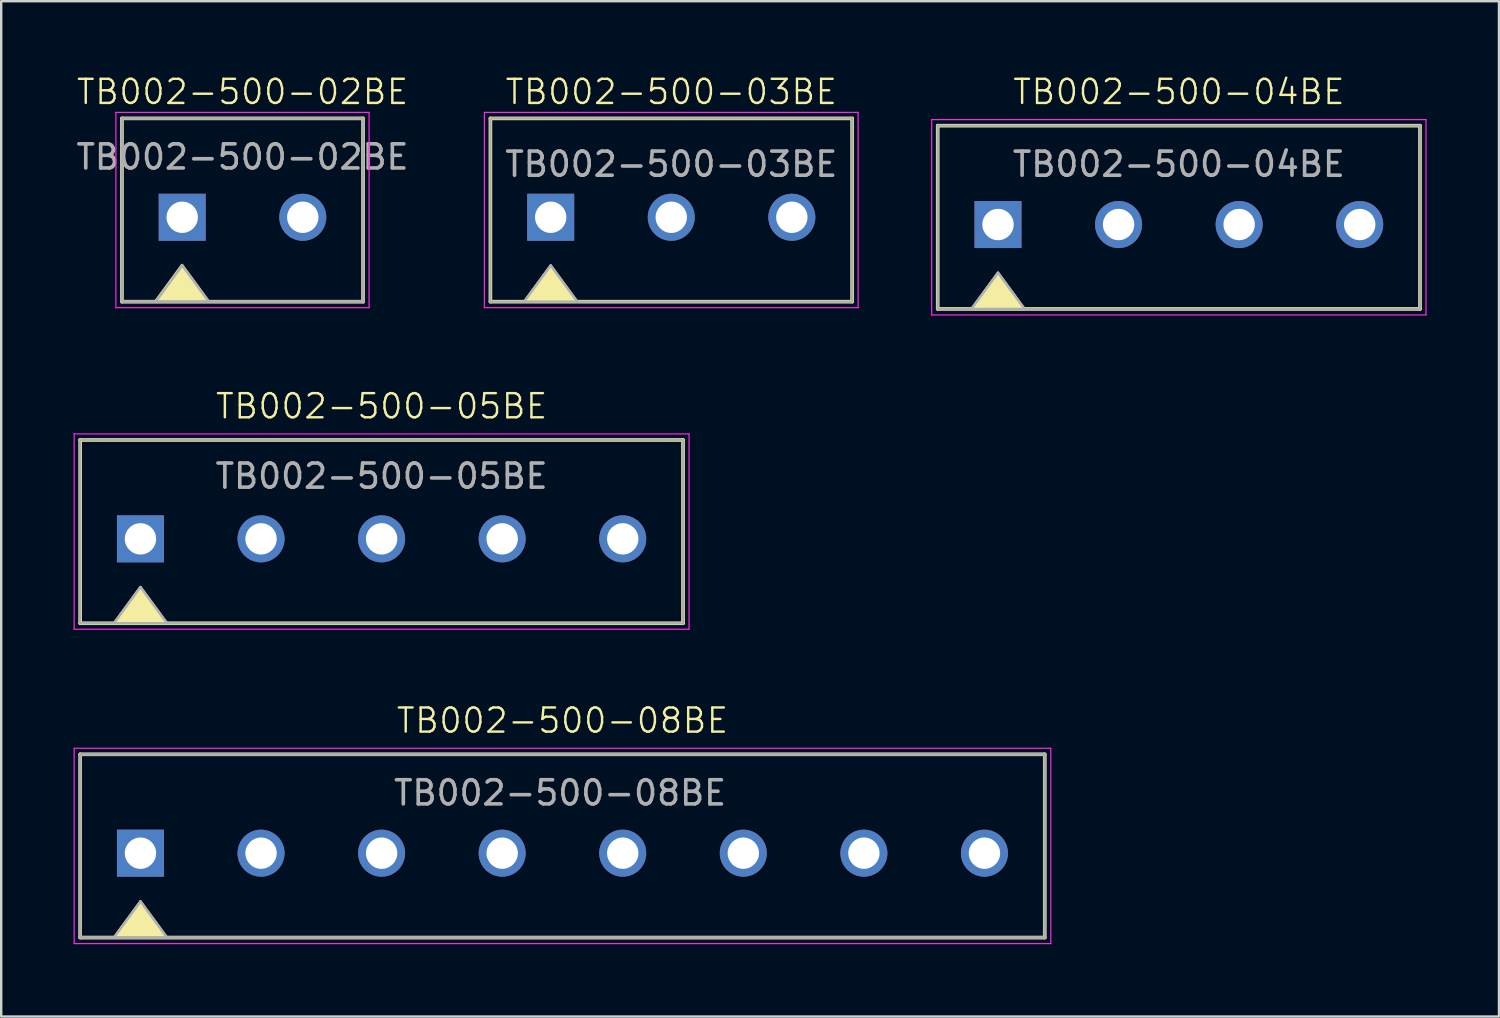
<source format=kicad_pcb>
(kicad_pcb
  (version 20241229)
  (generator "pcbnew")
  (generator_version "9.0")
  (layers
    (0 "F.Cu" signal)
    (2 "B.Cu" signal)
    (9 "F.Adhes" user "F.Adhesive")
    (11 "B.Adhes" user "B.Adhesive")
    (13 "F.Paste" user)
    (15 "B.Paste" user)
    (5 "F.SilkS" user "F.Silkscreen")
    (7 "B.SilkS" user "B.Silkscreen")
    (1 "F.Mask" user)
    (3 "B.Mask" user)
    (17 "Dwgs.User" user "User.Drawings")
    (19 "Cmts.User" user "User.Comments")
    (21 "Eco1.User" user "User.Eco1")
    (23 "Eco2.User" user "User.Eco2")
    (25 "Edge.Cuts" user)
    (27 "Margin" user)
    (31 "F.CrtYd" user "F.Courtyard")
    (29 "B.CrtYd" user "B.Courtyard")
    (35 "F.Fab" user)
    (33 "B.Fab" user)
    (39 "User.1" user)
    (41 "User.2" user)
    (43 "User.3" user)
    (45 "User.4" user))
  (footprint "TB002-500-08BE"
    (layer "F.Cu")
    (at 20.275 32.331)
    (property "Reference" "TB002-500-08BE" (at 0 -5.5 0) (unlocked yes) (layer "F.SilkS") (effects (font (size 1 1) (thickness 0.1))))
    (attr through_hole)
    (fp_line (start -20 -4.1) (end 20 -4.1) (stroke (width 0.15) (type solid)) (layer "F.SilkS"))
    (fp_line (start -20 3.5) (end -20 -4.1) (stroke (width 0.15) (type solid)) (layer "F.SilkS"))
    (fp_line (start 20 -4.1) (end 20 3.5) (stroke (width 0.15) (type solid)) (layer "F.SilkS"))
    (fp_line (start 20 3.5) (end -20 3.5) (stroke (width 0.15) (type solid)) (layer "F.SilkS"))
    (fp_poly (pts (xy -17.5 2) (xy -16.4 3.5) (xy -18.6 3.5)) (stroke (width 0.1) (type solid)) (fill yes) (layer "F.SilkS"))
    (fp_line (start -20.25 -4.35) (end 20.25 -4.35) (stroke (width 0.05) (type solid)) (layer "F.CrtYd"))
    (fp_line (start -20.25 3.75) (end -20.25 -4.35) (stroke (width 0.05) (type solid)) (layer "F.CrtYd"))
    (fp_line (start 20.25 -4.35) (end 20.25 3.75) (stroke (width 0.05) (type solid)) (layer "F.CrtYd"))
    (fp_line (start 20.25 3.75) (end -20.25 3.75) (stroke (width 0.05) (type solid)) (layer "F.CrtYd"))
    (fp_line (start -20 -4.1) (end 20 -4.1) (stroke (width 0.127) (type solid)) (layer "F.Fab"))
    (fp_line (start -20 3.5) (end -20 -4.1) (stroke (width 0.127) (type solid)) (layer "F.Fab"))
    (fp_line (start -17.5 2) (end -18.6 3.5) (stroke (width 0.1) (type default)) (layer "F.Fab"))
    (fp_line (start -17.5 2) (end -16.4 3.5) (stroke (width 0.1) (type default)) (layer "F.Fab"))
    (fp_line (start 20 -4.1) (end 20 3.5) (stroke (width 0.127) (type solid)) (layer "F.Fab"))
    (fp_line (start 20 3.5) (end -20 3.5) (stroke (width 0.127) (type solid)) (layer "F.Fab"))
    (fp_text user "${REFERENCE}" (at -0.1 -2.5 0) (unlocked yes) (layer "F.Fab") (effects (font (size 1 1) (thickness 0.15))))
    (pad "1" thru_hole rect (at -17.5 0) (size 1.95 1.95) (drill 1.3) (layers "*.Cu" "*.Mask"))
    (pad "2" thru_hole circle (at -12.5 0) (size 1.95 1.95) (drill 1.3) (layers "*.Cu" "*.Mask"))
    (pad "3" thru_hole circle (at -7.5 0) (size 1.95 1.95) (drill 1.3) (layers "*.Cu" "*.Mask"))
    (pad "4" thru_hole circle (at -2.5 0) (size 1.95 1.95) (drill 1.3) (layers "*.Cu" "*.Mask"))
    (pad "5" thru_hole circle (at 2.5 0) (size 1.95 1.95) (drill 1.3) (layers "*.Cu" "*.Mask"))
    (pad "6" thru_hole circle (at 7.5 0) (size 1.95 1.95) (drill 1.3) (layers "*.Cu" "*.Mask"))
    (pad "7" thru_hole circle (at 12.5 0) (size 1.95 1.95) (drill 1.3) (layers "*.Cu" "*.Mask"))
    (pad "8" thru_hole circle (at 17.5 0) (size 1.95 1.95) (drill 1.3) (layers "*.Cu" "*.Mask")))
  (footprint "TB002-500-03BE"
    (layer "F.Cu")
    (at 24.787 5.96)
    (property "Reference" "TB002-500-03BE" (at 0 -5.2 0) (unlocked yes) (layer "F.SilkS") (effects (font (size 1 1) (thickness 0.1))))
    (attr through_hole)
    (fp_line (start -7.5 -4.1) (end 7.5 -4.1) (stroke (width 0.15) (type solid)) (layer "F.SilkS"))
    (fp_line (start -7.5 3.5) (end -7.5 -4.1) (stroke (width 0.15) (type solid)) (layer "F.SilkS"))
    (fp_line (start 7.5 -4.1) (end 7.5 3.5) (stroke (width 0.15) (type solid)) (layer "F.SilkS"))
    (fp_line (start 7.5 3.5) (end -7.5 3.5) (stroke (width 0.15) (type solid)) (layer "F.SilkS"))
    (fp_poly (pts (xy -5 2) (xy -3.9 3.5) (xy -6.1 3.5)) (stroke (width 0.1) (type solid)) (fill yes) (layer "F.SilkS"))
    (fp_line (start -7.75 -4.35) (end 7.75 -4.35) (stroke (width 0.05) (type solid)) (layer "F.CrtYd"))
    (fp_line (start -7.75 3.75) (end -7.75 -4.35) (stroke (width 0.05) (type solid)) (layer "F.CrtYd"))
    (fp_line (start 7.75 -4.35) (end 7.75 3.75) (stroke (width 0.05) (type solid)) (layer "F.CrtYd"))
    (fp_line (start 7.75 3.75) (end -7.75 3.75) (stroke (width 0.05) (type solid)) (layer "F.CrtYd"))
    (fp_line (start -7.5 -4.1) (end 7.5 -4.1) (stroke (width 0.1) (type solid)) (layer "F.Fab"))
    (fp_line (start -7.5 3.5) (end -7.5 -4.1) (stroke (width 0.1) (type solid)) (layer "F.Fab"))
    (fp_line (start -5 2) (end -6.1 3.5) (stroke (width 0.1) (type default)) (layer "F.Fab"))
    (fp_line (start -5 2) (end -3.9 3.5) (stroke (width 0.1) (type default)) (layer "F.Fab"))
    (fp_line (start 7.5 -4.1) (end 7.5 3.5) (stroke (width 0.1) (type solid)) (layer "F.Fab"))
    (fp_line (start 7.5 3.5) (end -7.5 3.5) (stroke (width 0.1) (type solid)) (layer "F.Fab"))
    (fp_text user "${REFERENCE}" (at 0 -2.2 0) (unlocked yes) (layer "F.Fab") (effects (font (size 1 1) (thickness 0.15))))
    (pad "1" thru_hole rect (at -5 0) (size 1.95 1.95) (drill 1.3) (layers "*.Cu" "*.Mask"))
    (pad "2" thru_hole circle (at 0 0) (size 1.95 1.95) (drill 1.3) (layers "*.Cu" "*.Mask"))
    (pad "3" thru_hole circle (at 5 0) (size 1.95 1.95) (drill 1.3) (layers "*.Cu" "*.Mask")))
  (footprint "TB002-500-02BE"
    (layer "F.Cu")
    (at 7.006 5.96)
    (property "Reference" "TB002-500-02BE" (at 0 -5.2 0) (unlocked yes) (layer "F.SilkS") (effects (font (size 1 1) (thickness 0.1))))
    (attr through_hole)
    (fp_line (start -5 -4.1) (end 5 -4.1) (stroke (width 0.15) (type solid)) (layer "F.SilkS"))
    (fp_line (start -5 3.5) (end -5 -4.1) (stroke (width 0.15) (type solid)) (layer "F.SilkS"))
    (fp_line (start 5 -4.1) (end 5 3.5) (stroke (width 0.15) (type solid)) (layer "F.SilkS"))
    (fp_line (start 5 3.5) (end -5 3.5) (stroke (width 0.15) (type solid)) (layer "F.SilkS"))
    (fp_poly (pts (xy -2.508 1.979) (xy -1.408 3.479) (xy -3.608 3.479)) (stroke (width 0.1) (type solid)) (fill yes) (layer "F.SilkS"))
    (fp_line (start -5.25 -4.35) (end 5.25 -4.35) (stroke (width 0.05) (type solid)) (layer "F.CrtYd"))
    (fp_line (start -5.25 3.75) (end -5.25 -4.35) (stroke (width 0.05) (type solid)) (layer "F.CrtYd"))
    (fp_line (start 5.25 -4.35) (end 5.25 3.75) (stroke (width 0.05) (type solid)) (layer "F.CrtYd"))
    (fp_line (start 5.25 3.75) (end -5.25 3.75) (stroke (width 0.05) (type solid)) (layer "F.CrtYd"))
    (fp_line (start -5 -4.1) (end 5 -4.1) (stroke (width 0.127) (type solid)) (layer "F.Fab"))
    (fp_line (start -5 3.5) (end -5 -4.1) (stroke (width 0.127) (type solid)) (layer "F.Fab"))
    (fp_line (start -2.5 2) (end -3.6 3.5) (stroke (width 0.1) (type default)) (layer "F.Fab"))
    (fp_line (start -2.5 2) (end -1.4 3.5) (stroke (width 0.1) (type default)) (layer "F.Fab"))
    (fp_line (start 5 -4.1) (end 5 3.5) (stroke (width 0.127) (type solid)) (layer "F.Fab"))
    (fp_line (start 5 3.5) (end -5 3.5) (stroke (width 0.127) (type solid)) (layer "F.Fab"))
    (fp_text user "${REFERENCE}" (at 0 -2.5 0) (unlocked yes) (layer "F.Fab") (effects (font (size 1 1) (thickness 0.15))))
    (pad "1" thru_hole rect (at -2.5 0) (size 1.95 1.95) (drill 1.3) (layers "*.Cu" "*.Mask"))
    (pad "2" thru_hole circle (at 2.5 0) (size 1.95 1.95) (drill 1.3) (layers "*.Cu" "*.Mask")))
  (footprint "TB002-500-05BE"
    (layer "F.Cu")
    (at 12.775 19.296)
    (property "Reference" "TB002-500-05BE" (at 0 -5.5 0) (unlocked yes) (layer "F.SilkS") (effects (font (size 1 1) (thickness 0.1))))
    (attr through_hole)
    (fp_line (start -12.5 -4.1) (end 12.5 -4.1) (stroke (width 0.15) (type solid)) (layer "F.SilkS"))
    (fp_line (start -12.5 3.5) (end -12.5 -4.1) (stroke (width 0.15) (type solid)) (layer "F.SilkS"))
    (fp_line (start 12.5 3.5) (end -12.5 3.5) (stroke (width 0.15) (type solid)) (layer "F.SilkS"))
    (fp_line (start 12.5 3.5) (end 12.5 -4.1) (stroke (width 0.15) (type solid)) (layer "F.SilkS"))
    (fp_poly (pts (xy -10 2) (xy -8.9 3.5) (xy -11.1 3.5)) (stroke (width 0.1) (type solid)) (fill yes) (layer "F.SilkS"))
    (fp_line (start -12.75 -4.35) (end 12.75 -4.35) (stroke (width 0.05) (type solid)) (layer "F.CrtYd"))
    (fp_line (start -12.75 3.75) (end -12.75 -4.35) (stroke (width 0.05) (type solid)) (layer "F.CrtYd"))
    (fp_line (start 12.75 3.75) (end -12.75 3.75) (stroke (width 0.05) (type solid)) (layer "F.CrtYd"))
    (fp_line (start 12.75 3.75) (end 12.75 -4.35) (stroke (width 0.05) (type solid)) (layer "F.CrtYd"))
    (fp_line (start -12.5 -4.1) (end 12.5 -4.1) (stroke (width 0.1) (type solid)) (layer "F.Fab"))
    (fp_line (start -12.5 3.5) (end -12.5 -4.1) (stroke (width 0.1) (type solid)) (layer "F.Fab"))
    (fp_line (start -10 2) (end -11.1 3.5) (stroke (width 0.1) (type default)) (layer "F.Fab"))
    (fp_line (start -10 2) (end -8.9 3.5) (stroke (width 0.1) (type default)) (layer "F.Fab"))
    (fp_line (start 12.5 3.5) (end -12.5 3.5) (stroke (width 0.1) (type solid)) (layer "F.Fab"))
    (fp_line (start 12.5 3.5) (end 12.5 -4.1) (stroke (width 0.1) (type solid)) (layer "F.Fab"))
    (fp_text user "${REFERENCE}" (at 0 -2.6 0) (unlocked yes) (layer "F.Fab") (effects (font (size 1 1) (thickness 0.15))))
    (pad "1" thru_hole rect (at -10 0) (size 1.95 1.95) (drill 1.3) (layers "*.Cu" "*.Mask"))
    (pad "2" thru_hole circle (at -5 0) (size 1.95 1.95) (drill 1.3) (layers "*.Cu" "*.Mask"))
    (pad "3" thru_hole circle (at 0 0) (size 1.95 1.95) (drill 1.3) (layers "*.Cu" "*.Mask"))
    (pad "4" thru_hole circle (at 5 0) (size 1.95 1.95) (drill 1.3) (layers "*.Cu" "*.Mask"))
    (pad "5" thru_hole circle (at 10 0) (size 1.95 1.95) (drill 1.3) (layers "*.Cu" "*.Mask")))
  (footprint "TB002-500-04BE"
    (layer "F.Cu")
    (at 45.837 6.261)
    (property "Reference" "TB002-500-04BE" (at 0 -5.5 0) (unlocked yes) (layer "F.SilkS") (effects (font (size 1 1) (thickness 0.1))))
    (attr through_hole)
    (fp_line (start -10 -4.1) (end 10 -4.1) (stroke (width 0.15) (type solid)) (layer "F.SilkS"))
    (fp_line (start -10 3.5) (end -10 -4.1) (stroke (width 0.15) (type solid)) (layer "F.SilkS"))
    (fp_line (start 10 3.5) (end -10 3.5) (stroke (width 0.15) (type solid)) (layer "F.SilkS"))
    (fp_line (start 10 3.5) (end 10 -4.1) (stroke (width 0.15) (type solid)) (layer "F.SilkS"))
    (fp_poly (pts (xy -7.5 2) (xy -6.4 3.5) (xy -8.6 3.5)) (stroke (width 0.1) (type solid)) (fill yes) (layer "F.SilkS"))
    (fp_line (start -10.25 -4.35) (end 10.25 -4.35) (stroke (width 0.05) (type solid)) (layer "F.CrtYd"))
    (fp_line (start -10.25 3.75) (end -10.25 -4.35) (stroke (width 0.05) (type solid)) (layer "F.CrtYd"))
    (fp_line (start 10.25 3.75) (end -10.25 3.75) (stroke (width 0.05) (type solid)) (layer "F.CrtYd"))
    (fp_line (start 10.25 3.75) (end 10.25 -4.35) (stroke (width 0.05) (type solid)) (layer "F.CrtYd"))
    (fp_line (start -10 -4.1) (end 10 -4.1) (stroke (width 0.1) (type solid)) (layer "F.Fab"))
    (fp_line (start -10 3.5) (end -10 -4.1) (stroke (width 0.1) (type solid)) (layer "F.Fab"))
    (fp_line (start -7.5 2) (end -8.6 3.5) (stroke (width 0.1) (type default)) (layer "F.Fab"))
    (fp_line (start -7.5 2) (end -6.4 3.5) (stroke (width 0.1) (type default)) (layer "F.Fab"))
    (fp_line (start 10 3.5) (end -10 3.5) (stroke (width 0.1) (type solid)) (layer "F.Fab"))
    (fp_line (start 10 3.5) (end 10 -4.1) (stroke (width 0.1) (type solid)) (layer "F.Fab"))
    (fp_text user "${REFERENCE}" (at 0 -2.5 0) (unlocked yes) (layer "F.Fab") (effects (font (size 1 1) (thickness 0.15))))
    (pad "1" thru_hole rect (at -7.5 0) (size 1.95 1.95) (drill 1.3) (layers "*.Cu" "*.Mask"))
    (pad "2" thru_hole circle (at -2.5 0) (size 1.95 1.95) (drill 1.3) (layers "*.Cu" "*.Mask"))
    (pad "3" thru_hole circle (at 2.5 0) (size 1.95 1.95) (drill 1.3) (layers "*.Cu" "*.Mask"))
    (pad "4" thru_hole circle (at 7.5 0) (size 1.95 1.95) (drill 1.3) (layers "*.Cu" "*.Mask")))
  (gr_rect
    (start -3 -3)
    (end 59.112 39.106)
    (stroke (width 0.1) (type default))
    (fill no)
    (layer "Edge.Cuts")))
</source>
